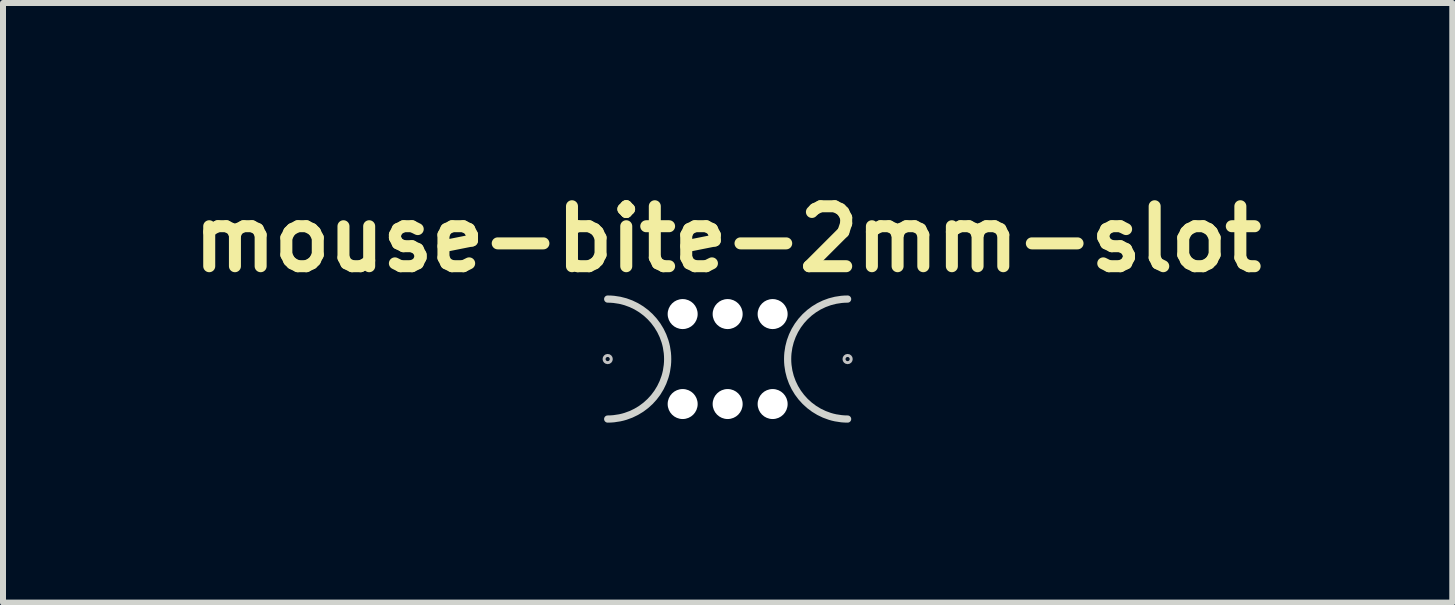
<source format=kicad_pcb>
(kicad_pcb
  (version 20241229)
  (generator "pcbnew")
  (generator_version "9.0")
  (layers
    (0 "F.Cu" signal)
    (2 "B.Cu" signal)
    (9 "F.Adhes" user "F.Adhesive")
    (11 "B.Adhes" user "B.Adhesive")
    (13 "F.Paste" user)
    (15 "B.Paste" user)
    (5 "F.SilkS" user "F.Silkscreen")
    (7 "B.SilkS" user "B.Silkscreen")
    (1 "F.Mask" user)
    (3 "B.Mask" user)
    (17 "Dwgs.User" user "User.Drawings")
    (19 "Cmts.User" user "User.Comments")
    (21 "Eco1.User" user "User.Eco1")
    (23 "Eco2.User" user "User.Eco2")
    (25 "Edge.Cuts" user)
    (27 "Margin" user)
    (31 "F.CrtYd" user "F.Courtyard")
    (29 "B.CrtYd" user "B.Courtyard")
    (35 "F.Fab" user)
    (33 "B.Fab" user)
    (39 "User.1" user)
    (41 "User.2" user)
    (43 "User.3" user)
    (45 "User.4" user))
  (footprint "mouse-bite-2mm-slot"
    (layer "F.Cu")
    (at 9.081 2.936)
    (property "Reference" "mouse-bite-2mm-slot" (at 0 -2 0) (layer "F.SilkS") (effects (font (size 1 1) (thickness 0.2))))
    (attr board_only exclude_from_pos_files exclude_from_bom)
    (fp_circle (center -2 0) (end -2 -0.06) (stroke (width 0.05) (type solid)) (fill no) (layer "Dwgs.User"))
    (fp_circle (center 2 0) (end 2.06 0) (stroke (width 0.05) (type solid)) (fill no) (layer "Dwgs.User"))
    (fp_line (start -2 0) (end -2 0) (stroke (width 2) (type solid)) (layer "Eco1.User"))
    (fp_line (start 2 0) (end 2 0) (stroke (width 2) (type solid)) (layer "Eco1.User"))
    (fp_arc (start -2 -1) (mid -1 0) (end -2 1) (stroke (width 0.12) (type default)) (layer "Edge.Cuts"))
    (fp_arc (start 2 1) (mid 1 0) (end 2 -1) (stroke (width 0.12) (type default)) (layer "Edge.Cuts"))
    (pad "" np_thru_hole circle (at -0.75 -0.75) (size 0.5 0.5) (drill 0.5) (layers "*.Cu" "*.Mask"))
    (pad "" np_thru_hole circle (at -0.75 0.75) (size 0.5 0.5) (drill 0.5) (layers "*.Cu" "*.Mask"))
    (pad "" np_thru_hole circle (at 0 -0.75) (size 0.5 0.5) (drill 0.5) (layers "*.Cu" "*.Mask"))
    (pad "" np_thru_hole circle (at 0 0.75) (size 0.5 0.5) (drill 0.5) (layers "*.Cu" "*.Mask"))
    (pad "" np_thru_hole circle (at 0.75 -0.75) (size 0.5 0.5) (drill 0.5) (layers "*.Cu" "*.Mask"))
    (pad "" np_thru_hole circle (at 0.75 0.75) (size 0.5 0.5) (drill 0.5) (layers "*.Cu" "*.Mask")))
  (gr_rect
    (start -3 -3)
    (end 21.162 6.996)
    (stroke (width 0.1) (type default))
    (fill no)
    (layer "Edge.Cuts")))
</source>
